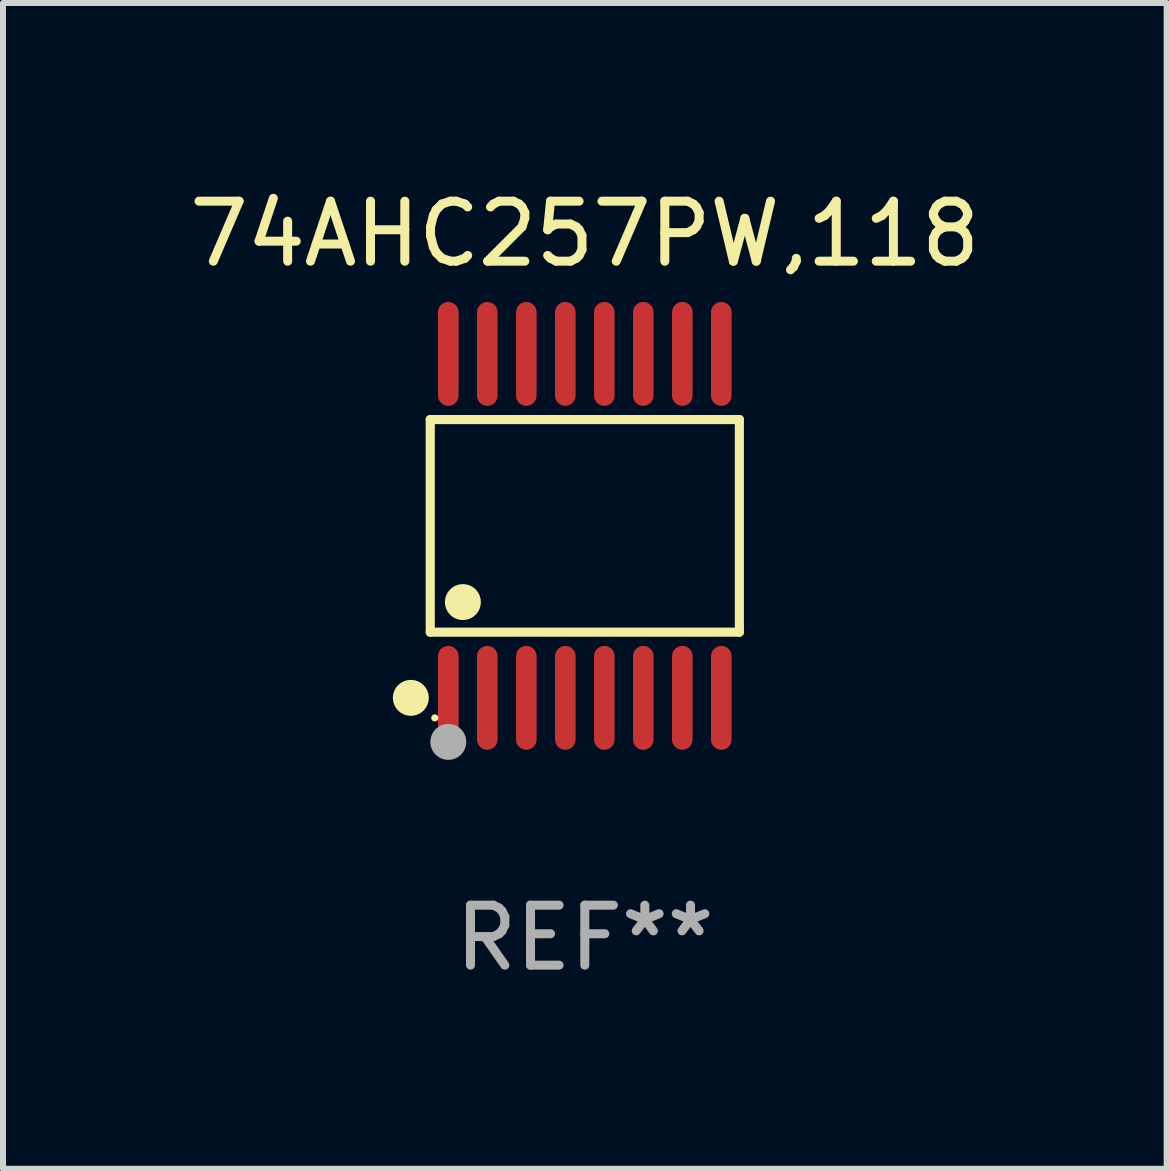
<source format=kicad_pcb>
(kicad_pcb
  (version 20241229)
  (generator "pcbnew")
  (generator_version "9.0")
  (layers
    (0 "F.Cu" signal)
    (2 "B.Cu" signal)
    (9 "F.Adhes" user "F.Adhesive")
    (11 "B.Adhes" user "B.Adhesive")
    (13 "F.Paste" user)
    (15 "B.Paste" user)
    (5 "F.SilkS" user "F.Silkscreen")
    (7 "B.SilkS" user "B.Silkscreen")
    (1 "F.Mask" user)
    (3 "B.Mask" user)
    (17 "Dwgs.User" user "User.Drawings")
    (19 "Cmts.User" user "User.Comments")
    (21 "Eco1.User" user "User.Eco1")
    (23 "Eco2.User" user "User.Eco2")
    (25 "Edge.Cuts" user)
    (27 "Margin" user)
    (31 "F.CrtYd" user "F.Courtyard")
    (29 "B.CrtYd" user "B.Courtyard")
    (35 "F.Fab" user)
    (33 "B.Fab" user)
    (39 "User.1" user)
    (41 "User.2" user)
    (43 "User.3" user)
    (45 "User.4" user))
  (footprint "74AHC257PW,118"
    (layer "F.Cu")
    (at 6.696 5.714)
    (property "Reference" "74AHC257PW,118" (at 0 -4.866 0) (layer "F.SilkS") (effects (font (size 1 1) (thickness 0.15))))
    (attr through_hole)
    (fp_line (start -2.576 -1.772) (end 2.576 -1.772) (stroke (width 0.152) (type solid)) (layer "F.SilkS"))
    (fp_line (start -2.576 1.771) (end -2.576 -1.772) (stroke (width 0.152) (type solid)) (layer "F.SilkS"))
    (fp_line (start 2.576 -1.772) (end 2.576 1.771) (stroke (width 0.152) (type solid)) (layer "F.SilkS"))
    (fp_line (start 2.576 1.771) (end -2.576 1.771) (stroke (width 0.152) (type solid)) (layer "F.SilkS"))
    (fp_circle (center -2.899 2.866) (end -2.749 2.866) (stroke (width 0.3) (type solid)) (fill no) (layer "F.SilkS"))
    (fp_circle (center -2.5 3.2) (end -2.47 3.2) (stroke (width 0.06) (type solid)) (fill no) (layer "F.SilkS"))
    (fp_circle (center -2.032 1.27) (end -1.882 1.27) (stroke (width 0.3) (type solid)) (fill no) (layer "F.SilkS"))
    (fp_circle (center -2.275 3.6) (end -2.125 3.6) (stroke (width 0.3) (type solid)) (fill no) (layer "F.Fab"))
    (fp_text user "REF**" (at 0 6.866 0) (layer "F.Fab") (effects (font (size 1 1) (thickness 0.15))))
    (pad "1" smd oval (at -2.275 2.866) (size 0.343 1.731) (layers "F.Cu" "F.Mask" "F.Paste"))
    (pad "2" smd oval (at -1.625 2.866) (size 0.343 1.731) (layers "F.Cu" "F.Mask" "F.Paste"))
    (pad "3" smd oval (at -0.975 2.866) (size 0.343 1.731) (layers "F.Cu" "F.Mask" "F.Paste"))
    (pad "4" smd oval (at -0.325 2.866) (size 0.343 1.731) (layers "F.Cu" "F.Mask" "F.Paste"))
    (pad "5" smd oval (at 0.325 2.866) (size 0.343 1.731) (layers "F.Cu" "F.Mask" "F.Paste"))
    (pad "6" smd oval (at 0.975 2.866) (size 0.343 1.731) (layers "F.Cu" "F.Mask" "F.Paste"))
    (pad "7" smd oval (at 1.625 2.866) (size 0.343 1.731) (layers "F.Cu" "F.Mask" "F.Paste"))
    (pad "8" smd oval (at 2.275 2.866) (size 0.343 1.731) (layers "F.Cu" "F.Mask" "F.Paste"))
    (pad "9" smd oval (at 2.275 -2.866) (size 0.343 1.731) (layers "F.Cu" "F.Mask" "F.Paste"))
    (pad "10" smd oval (at 1.625 -2.866) (size 0.343 1.731) (layers "F.Cu" "F.Mask" "F.Paste"))
    (pad "11" smd oval (at 0.975 -2.866) (size 0.343 1.731) (layers "F.Cu" "F.Mask" "F.Paste"))
    (pad "12" smd oval (at 0.325 -2.866) (size 0.343 1.731) (layers "F.Cu" "F.Mask" "F.Paste"))
    (pad "13" smd oval (at -0.325 -2.866) (size 0.343 1.731) (layers "F.Cu" "F.Mask" "F.Paste"))
    (pad "14" smd oval (at -0.975 -2.866) (size 0.343 1.731) (layers "F.Cu" "F.Mask" "F.Paste"))
    (pad "15" smd oval (at -1.625 -2.866) (size 0.343 1.731) (layers "F.Cu" "F.Mask" "F.Paste"))
    (pad "16" smd oval (at -2.275 -2.866) (size 0.343 1.731) (layers "F.Cu" "F.Mask" "F.Paste")))
  (gr_rect
    (start -3 -3)
    (end 16.393 16.428)
    (stroke (width 0.1) (type default))
    (fill no)
    (layer "Edge.Cuts")))
</source>
